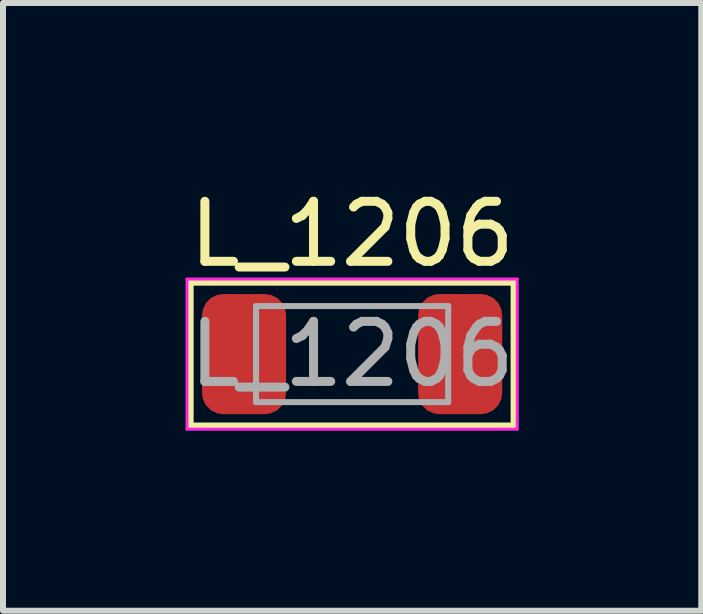
<source format=kicad_pcb>
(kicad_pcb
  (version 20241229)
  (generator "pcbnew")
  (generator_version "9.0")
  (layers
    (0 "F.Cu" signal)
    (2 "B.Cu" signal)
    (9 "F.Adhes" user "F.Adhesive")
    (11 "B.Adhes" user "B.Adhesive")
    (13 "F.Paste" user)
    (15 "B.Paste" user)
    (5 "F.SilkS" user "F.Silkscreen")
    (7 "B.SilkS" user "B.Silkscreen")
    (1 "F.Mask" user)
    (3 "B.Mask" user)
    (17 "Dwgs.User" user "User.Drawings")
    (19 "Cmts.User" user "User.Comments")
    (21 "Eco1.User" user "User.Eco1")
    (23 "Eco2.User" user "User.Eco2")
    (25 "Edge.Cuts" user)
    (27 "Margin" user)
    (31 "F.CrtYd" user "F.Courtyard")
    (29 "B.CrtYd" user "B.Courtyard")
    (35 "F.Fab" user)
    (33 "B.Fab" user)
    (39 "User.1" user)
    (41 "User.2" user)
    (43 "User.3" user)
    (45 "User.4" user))
  (footprint "L_1206"
    (layer "F.Cu")
    (at 2.815 2.848)
    (property "Reference" "L_1206" (at 0 -2 0) (layer "F.SilkS") (effects (font (size 1 1) (thickness 0.15))))
    (attr smd)
    (fp_line (start -2.7 -1.2) (end 2.7 -1.2) (stroke (width 0.12) (type solid)) (layer "F.SilkS"))
    (fp_line (start -2.7 1.2) (end -2.7 -1.2) (stroke (width 0.12) (type solid)) (layer "F.SilkS"))
    (fp_line (start 2.7 -1.2) (end 2.7 1.2) (stroke (width 0.12) (type solid)) (layer "F.SilkS"))
    (fp_line (start 2.7 1.2) (end -2.7 1.2) (stroke (width 0.12) (type solid)) (layer "F.SilkS"))
    (fp_line (start -2.75 -1.25) (end -2.75 1.25) (stroke (width 0.05) (type solid)) (layer "F.CrtYd"))
    (fp_line (start -2.75 -1.25) (end 2.75 -1.25) (stroke (width 0.05) (type solid)) (layer "F.CrtYd"))
    (fp_line (start -2.75 1.25) (end 2.75 1.25) (stroke (width 0.05) (type solid)) (layer "F.CrtYd"))
    (fp_line (start 2.75 -1.25) (end 2.75 1.25) (stroke (width 0.05) (type solid)) (layer "F.CrtYd"))
    (fp_line (start -1.6 -0.8) (end -1.6 0.8) (stroke (width 0.1) (type solid)) (layer "F.Fab"))
    (fp_line (start -1.6 -0.8) (end 1.6 -0.8) (stroke (width 0.1) (type solid)) (layer "F.Fab"))
    (fp_line (start -1.6 0.8) (end 1.6 0.8) (stroke (width 0.1) (type solid)) (layer "F.Fab"))
    (fp_line (start 1.6 -0.8) (end 1.6 0.8) (stroke (width 0.1) (type solid)) (layer "F.Fab"))
    (fp_text user "${REFERENCE}" (at 0 0 0) (layer "F.Fab") (effects (font (size 1 1) (thickness 0.15))))
    (pad "1" smd roundrect (at -1.8 0) (size 1.4 2) (layers "F.Cu" "F.Mask" "F.Paste") (roundrect_rratio 0.25))
    (pad "2" smd roundrect (at 1.8 0) (size 1.4 2) (layers "F.Cu" "F.Mask" "F.Paste") (roundrect_rratio 0.25)))
  (gr_rect
    (start -3 -3)
    (end 8.631 7.123)
    (stroke (width 0.1) (type default))
    (fill no)
    (layer "Edge.Cuts")))
</source>
